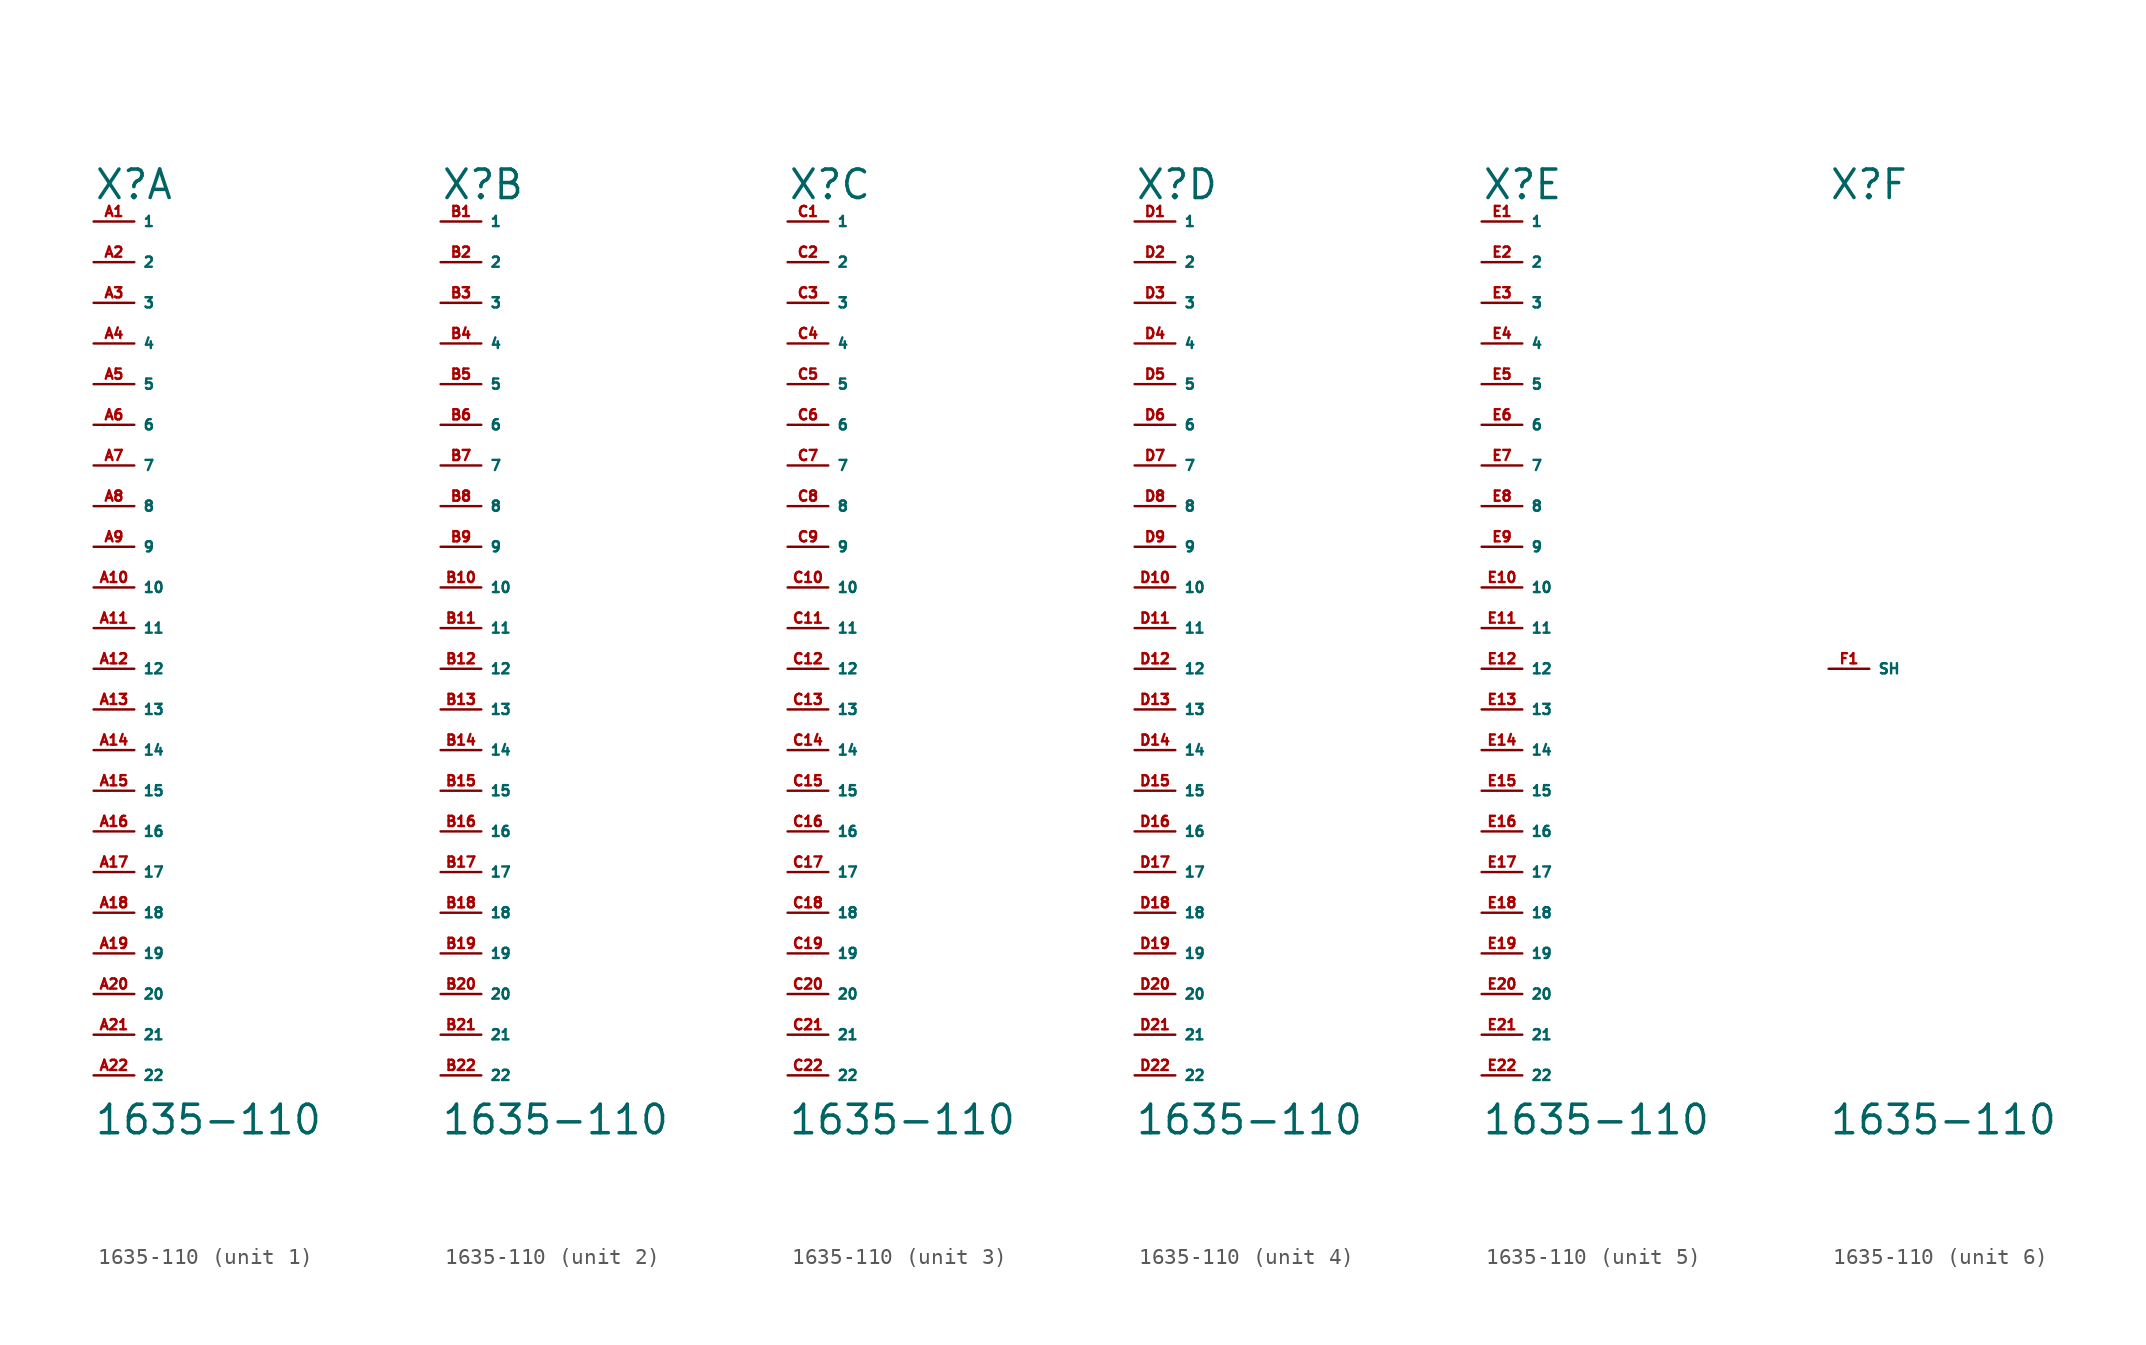
<source format=kicad_sym>
(kicad_symbol_lib
  (version 20220914)
  (generator Eagle2Kicad)
  (symbol "1635-110"
    (property "Reference" "X"
      (at -2.54 29.21 0)
      (effects (font (size 1.778 1.778) (thickness 0.22)) (justify left bottom)))
    (property "Value" "1635-110"
      (at -2.54 -29.21 0)
      (effects (font (size 1.778 1.778) (thickness 0.22)) (justify left bottom)))
    (symbol "1635-110_1_0"
      (pin passive line (at -2.54 27.94 0) (length 2.54) (name "1" (effects (font (size 0.635 0.635) (thickness 0.08)) (justify left bottom))) (number "A1" (effects (font (size 0.635 0.635) (thickness 0.08)) (justify left bottom))))
      (pin passive line (at -2.54 25.4 0) (length 2.54) (name "2" (effects (font (size 0.635 0.635) (thickness 0.08)) (justify left bottom))) (number "A2" (effects (font (size 0.635 0.635) (thickness 0.08)) (justify left bottom))))
      (pin passive line (at -2.54 22.86 0) (length 2.54) (name "3" (effects (font (size 0.635 0.635) (thickness 0.08)) (justify left bottom))) (number "A3" (effects (font (size 0.635 0.635) (thickness 0.08)) (justify left bottom))))
      (pin passive line (at -2.54 20.32 0) (length 2.54) (name "4" (effects (font (size 0.635 0.635) (thickness 0.08)) (justify left bottom))) (number "A4" (effects (font (size 0.635 0.635) (thickness 0.08)) (justify left bottom))))
      (pin passive line (at -2.54 17.78 0) (length 2.54) (name "5" (effects (font (size 0.635 0.635) (thickness 0.08)) (justify left bottom))) (number "A5" (effects (font (size 0.635 0.635) (thickness 0.08)) (justify left bottom))))
      (pin passive line (at -2.54 15.24 0) (length 2.54) (name "6" (effects (font (size 0.635 0.635) (thickness 0.08)) (justify left bottom))) (number "A6" (effects (font (size 0.635 0.635) (thickness 0.08)) (justify left bottom))))
      (pin passive line (at -2.54 12.7 0) (length 2.54) (name "7" (effects (font (size 0.635 0.635) (thickness 0.08)) (justify left bottom))) (number "A7" (effects (font (size 0.635 0.635) (thickness 0.08)) (justify left bottom))))
      (pin passive line (at -2.54 10.16 0) (length 2.54) (name "8" (effects (font (size 0.635 0.635) (thickness 0.08)) (justify left bottom))) (number "A8" (effects (font (size 0.635 0.635) (thickness 0.08)) (justify left bottom))))
      (pin passive line (at -2.54 7.62 0) (length 2.54) (name "9" (effects (font (size 0.635 0.635) (thickness 0.08)) (justify left bottom))) (number "A9" (effects (font (size 0.635 0.635) (thickness 0.08)) (justify left bottom))))
      (pin passive line (at -2.54 5.08 0) (length 2.54) (name "10" (effects (font (size 0.635 0.635) (thickness 0.08)) (justify left bottom))) (number "A10" (effects (font (size 0.635 0.635) (thickness 0.08)) (justify left bottom))))
      (pin passive line (at -2.54 2.54 0) (length 2.54) (name "11" (effects (font (size 0.635 0.635) (thickness 0.08)) (justify left bottom))) (number "A11" (effects (font (size 0.635 0.635) (thickness 0.08)) (justify left bottom))))
      (pin passive line (at -2.54 0 0) (length 2.54) (name "12" (effects (font (size 0.635 0.635) (thickness 0.08)) (justify left bottom))) (number "A12" (effects (font (size 0.635 0.635) (thickness 0.08)) (justify left bottom))))
      (pin passive line (at -2.54 -2.54 0) (length 2.54) (name "13" (effects (font (size 0.635 0.635) (thickness 0.08)) (justify left bottom))) (number "A13" (effects (font (size 0.635 0.635) (thickness 0.08)) (justify left bottom))))
      (pin passive line (at -2.54 -5.08 0) (length 2.54) (name "14" (effects (font (size 0.635 0.635) (thickness 0.08)) (justify left bottom))) (number "A14" (effects (font (size 0.635 0.635) (thickness 0.08)) (justify left bottom))))
      (pin passive line (at -2.54 -7.62 0) (length 2.54) (name "15" (effects (font (size 0.635 0.635) (thickness 0.08)) (justify left bottom))) (number "A15" (effects (font (size 0.635 0.635) (thickness 0.08)) (justify left bottom))))
      (pin passive line (at -2.54 -10.16 0) (length 2.54) (name "16" (effects (font (size 0.635 0.635) (thickness 0.08)) (justify left bottom))) (number "A16" (effects (font (size 0.635 0.635) (thickness 0.08)) (justify left bottom))))
      (pin passive line (at -2.54 -12.7 0) (length 2.54) (name "17" (effects (font (size 0.635 0.635) (thickness 0.08)) (justify left bottom))) (number "A17" (effects (font (size 0.635 0.635) (thickness 0.08)) (justify left bottom))))
      (pin passive line (at -2.54 -15.24 0) (length 2.54) (name "18" (effects (font (size 0.635 0.635) (thickness 0.08)) (justify left bottom))) (number "A18" (effects (font (size 0.635 0.635) (thickness 0.08)) (justify left bottom))))
      (pin passive line (at -2.54 -17.78 0) (length 2.54) (name "19" (effects (font (size 0.635 0.635) (thickness 0.08)) (justify left bottom))) (number "A19" (effects (font (size 0.635 0.635) (thickness 0.08)) (justify left bottom))))
      (pin passive line (at -2.54 -20.32 0) (length 2.54) (name "20" (effects (font (size 0.635 0.635) (thickness 0.08)) (justify left bottom))) (number "A20" (effects (font (size 0.635 0.635) (thickness 0.08)) (justify left bottom))))
      (pin passive line (at -2.54 -22.86 0) (length 2.54) (name "21" (effects (font (size 0.635 0.635) (thickness 0.08)) (justify left bottom))) (number "A21" (effects (font (size 0.635 0.635) (thickness 0.08)) (justify left bottom))))
      (pin passive line (at -2.54 -25.4 0) (length 2.54) (name "22" (effects (font (size 0.635 0.635) (thickness 0.08)) (justify left bottom))) (number "A22" (effects (font (size 0.635 0.635) (thickness 0.08)) (justify left bottom)))))
    (symbol "1635-110_2_0"
      (pin passive line (at -2.54 27.94 0) (length 2.54) (name "1" (effects (font (size 0.635 0.635) (thickness 0.08)) (justify left bottom))) (number "B1" (effects (font (size 0.635 0.635) (thickness 0.08)) (justify left bottom))))
      (pin passive line (at -2.54 25.4 0) (length 2.54) (name "2" (effects (font (size 0.635 0.635) (thickness 0.08)) (justify left bottom))) (number "B2" (effects (font (size 0.635 0.635) (thickness 0.08)) (justify left bottom))))
      (pin passive line (at -2.54 22.86 0) (length 2.54) (name "3" (effects (font (size 0.635 0.635) (thickness 0.08)) (justify left bottom))) (number "B3" (effects (font (size 0.635 0.635) (thickness 0.08)) (justify left bottom))))
      (pin passive line (at -2.54 20.32 0) (length 2.54) (name "4" (effects (font (size 0.635 0.635) (thickness 0.08)) (justify left bottom))) (number "B4" (effects (font (size 0.635 0.635) (thickness 0.08)) (justify left bottom))))
      (pin passive line (at -2.54 17.78 0) (length 2.54) (name "5" (effects (font (size 0.635 0.635) (thickness 0.08)) (justify left bottom))) (number "B5" (effects (font (size 0.635 0.635) (thickness 0.08)) (justify left bottom))))
      (pin passive line (at -2.54 15.24 0) (length 2.54) (name "6" (effects (font (size 0.635 0.635) (thickness 0.08)) (justify left bottom))) (number "B6" (effects (font (size 0.635 0.635) (thickness 0.08)) (justify left bottom))))
      (pin passive line (at -2.54 12.7 0) (length 2.54) (name "7" (effects (font (size 0.635 0.635) (thickness 0.08)) (justify left bottom))) (number "B7" (effects (font (size 0.635 0.635) (thickness 0.08)) (justify left bottom))))
      (pin passive line (at -2.54 10.16 0) (length 2.54) (name "8" (effects (font (size 0.635 0.635) (thickness 0.08)) (justify left bottom))) (number "B8" (effects (font (size 0.635 0.635) (thickness 0.08)) (justify left bottom))))
      (pin passive line (at -2.54 7.62 0) (length 2.54) (name "9" (effects (font (size 0.635 0.635) (thickness 0.08)) (justify left bottom))) (number "B9" (effects (font (size 0.635 0.635) (thickness 0.08)) (justify left bottom))))
      (pin passive line (at -2.54 5.08 0) (length 2.54) (name "10" (effects (font (size 0.635 0.635) (thickness 0.08)) (justify left bottom))) (number "B10" (effects (font (size 0.635 0.635) (thickness 0.08)) (justify left bottom))))
      (pin passive line (at -2.54 2.54 0) (length 2.54) (name "11" (effects (font (size 0.635 0.635) (thickness 0.08)) (justify left bottom))) (number "B11" (effects (font (size 0.635 0.635) (thickness 0.08)) (justify left bottom))))
      (pin passive line (at -2.54 0 0) (length 2.54) (name "12" (effects (font (size 0.635 0.635) (thickness 0.08)) (justify left bottom))) (number "B12" (effects (font (size 0.635 0.635) (thickness 0.08)) (justify left bottom))))
      (pin passive line (at -2.54 -2.54 0) (length 2.54) (name "13" (effects (font (size 0.635 0.635) (thickness 0.08)) (justify left bottom))) (number "B13" (effects (font (size 0.635 0.635) (thickness 0.08)) (justify left bottom))))
      (pin passive line (at -2.54 -5.08 0) (length 2.54) (name "14" (effects (font (size 0.635 0.635) (thickness 0.08)) (justify left bottom))) (number "B14" (effects (font (size 0.635 0.635) (thickness 0.08)) (justify left bottom))))
      (pin passive line (at -2.54 -7.62 0) (length 2.54) (name "15" (effects (font (size 0.635 0.635) (thickness 0.08)) (justify left bottom))) (number "B15" (effects (font (size 0.635 0.635) (thickness 0.08)) (justify left bottom))))
      (pin passive line (at -2.54 -10.16 0) (length 2.54) (name "16" (effects (font (size 0.635 0.635) (thickness 0.08)) (justify left bottom))) (number "B16" (effects (font (size 0.635 0.635) (thickness 0.08)) (justify left bottom))))
      (pin passive line (at -2.54 -12.7 0) (length 2.54) (name "17" (effects (font (size 0.635 0.635) (thickness 0.08)) (justify left bottom))) (number "B17" (effects (font (size 0.635 0.635) (thickness 0.08)) (justify left bottom))))
      (pin passive line (at -2.54 -15.24 0) (length 2.54) (name "18" (effects (font (size 0.635 0.635) (thickness 0.08)) (justify left bottom))) (number "B18" (effects (font (size 0.635 0.635) (thickness 0.08)) (justify left bottom))))
      (pin passive line (at -2.54 -17.78 0) (length 2.54) (name "19" (effects (font (size 0.635 0.635) (thickness 0.08)) (justify left bottom))) (number "B19" (effects (font (size 0.635 0.635) (thickness 0.08)) (justify left bottom))))
      (pin passive line (at -2.54 -20.32 0) (length 2.54) (name "20" (effects (font (size 0.635 0.635) (thickness 0.08)) (justify left bottom))) (number "B20" (effects (font (size 0.635 0.635) (thickness 0.08)) (justify left bottom))))
      (pin passive line (at -2.54 -22.86 0) (length 2.54) (name "21" (effects (font (size 0.635 0.635) (thickness 0.08)) (justify left bottom))) (number "B21" (effects (font (size 0.635 0.635) (thickness 0.08)) (justify left bottom))))
      (pin passive line (at -2.54 -25.4 0) (length 2.54) (name "22" (effects (font (size 0.635 0.635) (thickness 0.08)) (justify left bottom))) (number "B22" (effects (font (size 0.635 0.635) (thickness 0.08)) (justify left bottom)))))
    (symbol "1635-110_3_0"
      (pin passive line (at -2.54 27.94 0) (length 2.54) (name "1" (effects (font (size 0.635 0.635) (thickness 0.08)) (justify left bottom))) (number "C1" (effects (font (size 0.635 0.635) (thickness 0.08)) (justify left bottom))))
      (pin passive line (at -2.54 25.4 0) (length 2.54) (name "2" (effects (font (size 0.635 0.635) (thickness 0.08)) (justify left bottom))) (number "C2" (effects (font (size 0.635 0.635) (thickness 0.08)) (justify left bottom))))
      (pin passive line (at -2.54 22.86 0) (length 2.54) (name "3" (effects (font (size 0.635 0.635) (thickness 0.08)) (justify left bottom))) (number "C3" (effects (font (size 0.635 0.635) (thickness 0.08)) (justify left bottom))))
      (pin passive line (at -2.54 20.32 0) (length 2.54) (name "4" (effects (font (size 0.635 0.635) (thickness 0.08)) (justify left bottom))) (number "C4" (effects (font (size 0.635 0.635) (thickness 0.08)) (justify left bottom))))
      (pin passive line (at -2.54 17.78 0) (length 2.54) (name "5" (effects (font (size 0.635 0.635) (thickness 0.08)) (justify left bottom))) (number "C5" (effects (font (size 0.635 0.635) (thickness 0.08)) (justify left bottom))))
      (pin passive line (at -2.54 15.24 0) (length 2.54) (name "6" (effects (font (size 0.635 0.635) (thickness 0.08)) (justify left bottom))) (number "C6" (effects (font (size 0.635 0.635) (thickness 0.08)) (justify left bottom))))
      (pin passive line (at -2.54 12.7 0) (length 2.54) (name "7" (effects (font (size 0.635 0.635) (thickness 0.08)) (justify left bottom))) (number "C7" (effects (font (size 0.635 0.635) (thickness 0.08)) (justify left bottom))))
      (pin passive line (at -2.54 10.16 0) (length 2.54) (name "8" (effects (font (size 0.635 0.635) (thickness 0.08)) (justify left bottom))) (number "C8" (effects (font (size 0.635 0.635) (thickness 0.08)) (justify left bottom))))
      (pin passive line (at -2.54 7.62 0) (length 2.54) (name "9" (effects (font (size 0.635 0.635) (thickness 0.08)) (justify left bottom))) (number "C9" (effects (font (size 0.635 0.635) (thickness 0.08)) (justify left bottom))))
      (pin passive line (at -2.54 5.08 0) (length 2.54) (name "10" (effects (font (size 0.635 0.635) (thickness 0.08)) (justify left bottom))) (number "C10" (effects (font (size 0.635 0.635) (thickness 0.08)) (justify left bottom))))
      (pin passive line (at -2.54 2.54 0) (length 2.54) (name "11" (effects (font (size 0.635 0.635) (thickness 0.08)) (justify left bottom))) (number "C11" (effects (font (size 0.635 0.635) (thickness 0.08)) (justify left bottom))))
      (pin passive line (at -2.54 0 0) (length 2.54) (name "12" (effects (font (size 0.635 0.635) (thickness 0.08)) (justify left bottom))) (number "C12" (effects (font (size 0.635 0.635) (thickness 0.08)) (justify left bottom))))
      (pin passive line (at -2.54 -2.54 0) (length 2.54) (name "13" (effects (font (size 0.635 0.635) (thickness 0.08)) (justify left bottom))) (number "C13" (effects (font (size 0.635 0.635) (thickness 0.08)) (justify left bottom))))
      (pin passive line (at -2.54 -5.08 0) (length 2.54) (name "14" (effects (font (size 0.635 0.635) (thickness 0.08)) (justify left bottom))) (number "C14" (effects (font (size 0.635 0.635) (thickness 0.08)) (justify left bottom))))
      (pin passive line (at -2.54 -7.62 0) (length 2.54) (name "15" (effects (font (size 0.635 0.635) (thickness 0.08)) (justify left bottom))) (number "C15" (effects (font (size 0.635 0.635) (thickness 0.08)) (justify left bottom))))
      (pin passive line (at -2.54 -10.16 0) (length 2.54) (name "16" (effects (font (size 0.635 0.635) (thickness 0.08)) (justify left bottom))) (number "C16" (effects (font (size 0.635 0.635) (thickness 0.08)) (justify left bottom))))
      (pin passive line (at -2.54 -12.7 0) (length 2.54) (name "17" (effects (font (size 0.635 0.635) (thickness 0.08)) (justify left bottom))) (number "C17" (effects (font (size 0.635 0.635) (thickness 0.08)) (justify left bottom))))
      (pin passive line (at -2.54 -15.24 0) (length 2.54) (name "18" (effects (font (size 0.635 0.635) (thickness 0.08)) (justify left bottom))) (number "C18" (effects (font (size 0.635 0.635) (thickness 0.08)) (justify left bottom))))
      (pin passive line (at -2.54 -17.78 0) (length 2.54) (name "19" (effects (font (size 0.635 0.635) (thickness 0.08)) (justify left bottom))) (number "C19" (effects (font (size 0.635 0.635) (thickness 0.08)) (justify left bottom))))
      (pin passive line (at -2.54 -20.32 0) (length 2.54) (name "20" (effects (font (size 0.635 0.635) (thickness 0.08)) (justify left bottom))) (number "C20" (effects (font (size 0.635 0.635) (thickness 0.08)) (justify left bottom))))
      (pin passive line (at -2.54 -22.86 0) (length 2.54) (name "21" (effects (font (size 0.635 0.635) (thickness 0.08)) (justify left bottom))) (number "C21" (effects (font (size 0.635 0.635) (thickness 0.08)) (justify left bottom))))
      (pin passive line (at -2.54 -25.4 0) (length 2.54) (name "22" (effects (font (size 0.635 0.635) (thickness 0.08)) (justify left bottom))) (number "C22" (effects (font (size 0.635 0.635) (thickness 0.08)) (justify left bottom)))))
    (symbol "1635-110_4_0"
      (pin passive line (at -2.54 27.94 0) (length 2.54) (name "1" (effects (font (size 0.635 0.635) (thickness 0.08)) (justify left bottom))) (number "D1" (effects (font (size 0.635 0.635) (thickness 0.08)) (justify left bottom))))
      (pin passive line (at -2.54 25.4 0) (length 2.54) (name "2" (effects (font (size 0.635 0.635) (thickness 0.08)) (justify left bottom))) (number "D2" (effects (font (size 0.635 0.635) (thickness 0.08)) (justify left bottom))))
      (pin passive line (at -2.54 22.86 0) (length 2.54) (name "3" (effects (font (size 0.635 0.635) (thickness 0.08)) (justify left bottom))) (number "D3" (effects (font (size 0.635 0.635) (thickness 0.08)) (justify left bottom))))
      (pin passive line (at -2.54 20.32 0) (length 2.54) (name "4" (effects (font (size 0.635 0.635) (thickness 0.08)) (justify left bottom))) (number "D4" (effects (font (size 0.635 0.635) (thickness 0.08)) (justify left bottom))))
      (pin passive line (at -2.54 17.78 0) (length 2.54) (name "5" (effects (font (size 0.635 0.635) (thickness 0.08)) (justify left bottom))) (number "D5" (effects (font (size 0.635 0.635) (thickness 0.08)) (justify left bottom))))
      (pin passive line (at -2.54 15.24 0) (length 2.54) (name "6" (effects (font (size 0.635 0.635) (thickness 0.08)) (justify left bottom))) (number "D6" (effects (font (size 0.635 0.635) (thickness 0.08)) (justify left bottom))))
      (pin passive line (at -2.54 12.7 0) (length 2.54) (name "7" (effects (font (size 0.635 0.635) (thickness 0.08)) (justify left bottom))) (number "D7" (effects (font (size 0.635 0.635) (thickness 0.08)) (justify left bottom))))
      (pin passive line (at -2.54 10.16 0) (length 2.54) (name "8" (effects (font (size 0.635 0.635) (thickness 0.08)) (justify left bottom))) (number "D8" (effects (font (size 0.635 0.635) (thickness 0.08)) (justify left bottom))))
      (pin passive line (at -2.54 7.62 0) (length 2.54) (name "9" (effects (font (size 0.635 0.635) (thickness 0.08)) (justify left bottom))) (number "D9" (effects (font (size 0.635 0.635) (thickness 0.08)) (justify left bottom))))
      (pin passive line (at -2.54 5.08 0) (length 2.54) (name "10" (effects (font (size 0.635 0.635) (thickness 0.08)) (justify left bottom))) (number "D10" (effects (font (size 0.635 0.635) (thickness 0.08)) (justify left bottom))))
      (pin passive line (at -2.54 2.54 0) (length 2.54) (name "11" (effects (font (size 0.635 0.635) (thickness 0.08)) (justify left bottom))) (number "D11" (effects (font (size 0.635 0.635) (thickness 0.08)) (justify left bottom))))
      (pin passive line (at -2.54 0 0) (length 2.54) (name "12" (effects (font (size 0.635 0.635) (thickness 0.08)) (justify left bottom))) (number "D12" (effects (font (size 0.635 0.635) (thickness 0.08)) (justify left bottom))))
      (pin passive line (at -2.54 -2.54 0) (length 2.54) (name "13" (effects (font (size 0.635 0.635) (thickness 0.08)) (justify left bottom))) (number "D13" (effects (font (size 0.635 0.635) (thickness 0.08)) (justify left bottom))))
      (pin passive line (at -2.54 -5.08 0) (length 2.54) (name "14" (effects (font (size 0.635 0.635) (thickness 0.08)) (justify left bottom))) (number "D14" (effects (font (size 0.635 0.635) (thickness 0.08)) (justify left bottom))))
      (pin passive line (at -2.54 -7.62 0) (length 2.54) (name "15" (effects (font (size 0.635 0.635) (thickness 0.08)) (justify left bottom))) (number "D15" (effects (font (size 0.635 0.635) (thickness 0.08)) (justify left bottom))))
      (pin passive line (at -2.54 -10.16 0) (length 2.54) (name "16" (effects (font (size 0.635 0.635) (thickness 0.08)) (justify left bottom))) (number "D16" (effects (font (size 0.635 0.635) (thickness 0.08)) (justify left bottom))))
      (pin passive line (at -2.54 -12.7 0) (length 2.54) (name "17" (effects (font (size 0.635 0.635) (thickness 0.08)) (justify left bottom))) (number "D17" (effects (font (size 0.635 0.635) (thickness 0.08)) (justify left bottom))))
      (pin passive line (at -2.54 -15.24 0) (length 2.54) (name "18" (effects (font (size 0.635 0.635) (thickness 0.08)) (justify left bottom))) (number "D18" (effects (font (size 0.635 0.635) (thickness 0.08)) (justify left bottom))))
      (pin passive line (at -2.54 -17.78 0) (length 2.54) (name "19" (effects (font (size 0.635 0.635) (thickness 0.08)) (justify left bottom))) (number "D19" (effects (font (size 0.635 0.635) (thickness 0.08)) (justify left bottom))))
      (pin passive line (at -2.54 -20.32 0) (length 2.54) (name "20" (effects (font (size 0.635 0.635) (thickness 0.08)) (justify left bottom))) (number "D20" (effects (font (size 0.635 0.635) (thickness 0.08)) (justify left bottom))))
      (pin passive line (at -2.54 -22.86 0) (length 2.54) (name "21" (effects (font (size 0.635 0.635) (thickness 0.08)) (justify left bottom))) (number "D21" (effects (font (size 0.635 0.635) (thickness 0.08)) (justify left bottom))))
      (pin passive line (at -2.54 -25.4 0) (length 2.54) (name "22" (effects (font (size 0.635 0.635) (thickness 0.08)) (justify left bottom))) (number "D22" (effects (font (size 0.635 0.635) (thickness 0.08)) (justify left bottom)))))
    (symbol "1635-110_5_0"
      (pin passive line (at -2.54 27.94 0) (length 2.54) (name "1" (effects (font (size 0.635 0.635) (thickness 0.08)) (justify left bottom))) (number "E1" (effects (font (size 0.635 0.635) (thickness 0.08)) (justify left bottom))))
      (pin passive line (at -2.54 25.4 0) (length 2.54) (name "2" (effects (font (size 0.635 0.635) (thickness 0.08)) (justify left bottom))) (number "E2" (effects (font (size 0.635 0.635) (thickness 0.08)) (justify left bottom))))
      (pin passive line (at -2.54 22.86 0) (length 2.54) (name "3" (effects (font (size 0.635 0.635) (thickness 0.08)) (justify left bottom))) (number "E3" (effects (font (size 0.635 0.635) (thickness 0.08)) (justify left bottom))))
      (pin passive line (at -2.54 20.32 0) (length 2.54) (name "4" (effects (font (size 0.635 0.635) (thickness 0.08)) (justify left bottom))) (number "E4" (effects (font (size 0.635 0.635) (thickness 0.08)) (justify left bottom))))
      (pin passive line (at -2.54 17.78 0) (length 2.54) (name "5" (effects (font (size 0.635 0.635) (thickness 0.08)) (justify left bottom))) (number "E5" (effects (font (size 0.635 0.635) (thickness 0.08)) (justify left bottom))))
      (pin passive line (at -2.54 15.24 0) (length 2.54) (name "6" (effects (font (size 0.635 0.635) (thickness 0.08)) (justify left bottom))) (number "E6" (effects (font (size 0.635 0.635) (thickness 0.08)) (justify left bottom))))
      (pin passive line (at -2.54 12.7 0) (length 2.54) (name "7" (effects (font (size 0.635 0.635) (thickness 0.08)) (justify left bottom))) (number "E7" (effects (font (size 0.635 0.635) (thickness 0.08)) (justify left bottom))))
      (pin passive line (at -2.54 10.16 0) (length 2.54) (name "8" (effects (font (size 0.635 0.635) (thickness 0.08)) (justify left bottom))) (number "E8" (effects (font (size 0.635 0.635) (thickness 0.08)) (justify left bottom))))
      (pin passive line (at -2.54 7.62 0) (length 2.54) (name "9" (effects (font (size 0.635 0.635) (thickness 0.08)) (justify left bottom))) (number "E9" (effects (font (size 0.635 0.635) (thickness 0.08)) (justify left bottom))))
      (pin passive line (at -2.54 5.08 0) (length 2.54) (name "10" (effects (font (size 0.635 0.635) (thickness 0.08)) (justify left bottom))) (number "E10" (effects (font (size 0.635 0.635) (thickness 0.08)) (justify left bottom))))
      (pin passive line (at -2.54 2.54 0) (length 2.54) (name "11" (effects (font (size 0.635 0.635) (thickness 0.08)) (justify left bottom))) (number "E11" (effects (font (size 0.635 0.635) (thickness 0.08)) (justify left bottom))))
      (pin passive line (at -2.54 0 0) (length 2.54) (name "12" (effects (font (size 0.635 0.635) (thickness 0.08)) (justify left bottom))) (number "E12" (effects (font (size 0.635 0.635) (thickness 0.08)) (justify left bottom))))
      (pin passive line (at -2.54 -2.54 0) (length 2.54) (name "13" (effects (font (size 0.635 0.635) (thickness 0.08)) (justify left bottom))) (number "E13" (effects (font (size 0.635 0.635) (thickness 0.08)) (justify left bottom))))
      (pin passive line (at -2.54 -5.08 0) (length 2.54) (name "14" (effects (font (size 0.635 0.635) (thickness 0.08)) (justify left bottom))) (number "E14" (effects (font (size 0.635 0.635) (thickness 0.08)) (justify left bottom))))
      (pin passive line (at -2.54 -7.62 0) (length 2.54) (name "15" (effects (font (size 0.635 0.635) (thickness 0.08)) (justify left bottom))) (number "E15" (effects (font (size 0.635 0.635) (thickness 0.08)) (justify left bottom))))
      (pin passive line (at -2.54 -10.16 0) (length 2.54) (name "16" (effects (font (size 0.635 0.635) (thickness 0.08)) (justify left bottom))) (number "E16" (effects (font (size 0.635 0.635) (thickness 0.08)) (justify left bottom))))
      (pin passive line (at -2.54 -12.7 0) (length 2.54) (name "17" (effects (font (size 0.635 0.635) (thickness 0.08)) (justify left bottom))) (number "E17" (effects (font (size 0.635 0.635) (thickness 0.08)) (justify left bottom))))
      (pin passive line (at -2.54 -15.24 0) (length 2.54) (name "18" (effects (font (size 0.635 0.635) (thickness 0.08)) (justify left bottom))) (number "E18" (effects (font (size 0.635 0.635) (thickness 0.08)) (justify left bottom))))
      (pin passive line (at -2.54 -17.78 0) (length 2.54) (name "19" (effects (font (size 0.635 0.635) (thickness 0.08)) (justify left bottom))) (number "E19" (effects (font (size 0.635 0.635) (thickness 0.08)) (justify left bottom))))
      (pin passive line (at -2.54 -20.32 0) (length 2.54) (name "20" (effects (font (size 0.635 0.635) (thickness 0.08)) (justify left bottom))) (number "E20" (effects (font (size 0.635 0.635) (thickness 0.08)) (justify left bottom))))
      (pin passive line (at -2.54 -22.86 0) (length 2.54) (name "21" (effects (font (size 0.635 0.635) (thickness 0.08)) (justify left bottom))) (number "E21" (effects (font (size 0.635 0.635) (thickness 0.08)) (justify left bottom))))
      (pin passive line (at -2.54 -25.4 0) (length 2.54) (name "22" (effects (font (size 0.635 0.635) (thickness 0.08)) (justify left bottom))) (number "E22" (effects (font (size 0.635 0.635) (thickness 0.08)) (justify left bottom)))))
    (symbol "1635-110_6_0"
      (pin passive line (at -2.54 0 0) (length 2.54) (name "SH" (effects (font (size 0.635 0.635) (thickness 0.08)) (justify left bottom))) (number "F1" (effects (font (size 0.635 0.635) (thickness 0.08)) (justify left bottom)))))))
</source>
